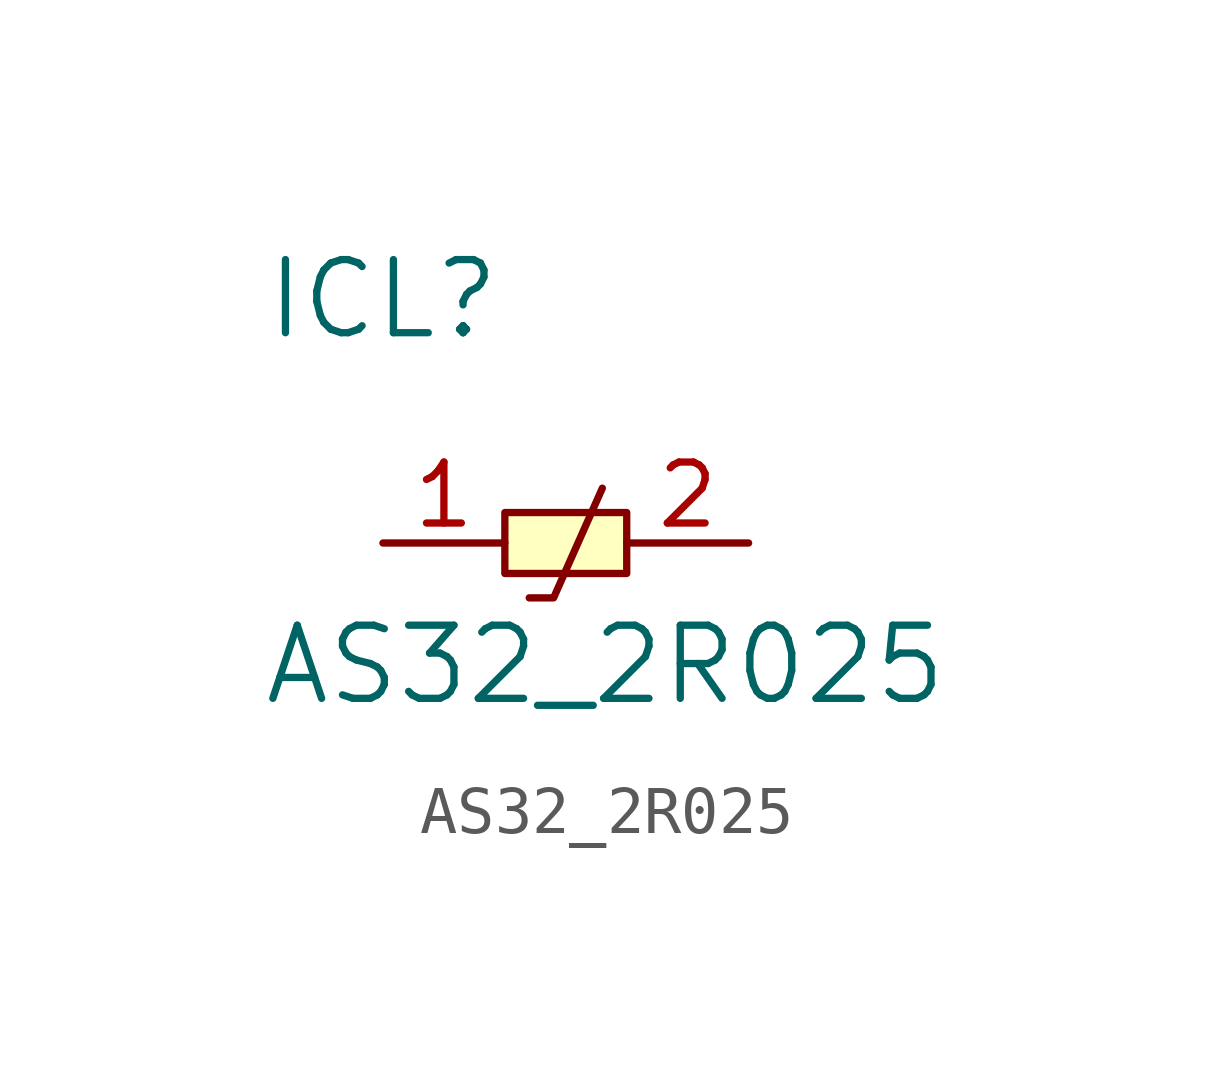
<source format=kicad_sym>
(kicad_symbol_lib
  (version 20201005)
  (generator kicad_symbol_editor)
  (symbol "AS32_2R025"
    (pin_names
      (offset 1.016))
    (property "Reference" "ICL"
      (at -2.54 5.08 0)
      (effects (font (size 1.524 1.524))))
    (property "Value" "AS32_2R025"
      (at -5.08 -2.54 0)
      (effects (font (size 1.524 1.524)) (justify left)))
    (symbol "AS32_2R025_0_1"
      (rectangle (start 2.54 -0.635) (end 0 0.635) (stroke (width 0)) (fill (type background)))
      (polyline (pts (xy 0.508 -1.143) (xy 1.016 -1.143) (xy 2.032 1.143)) (stroke (width 0)) (fill (type none))))
    (symbol "AS32_2R025_1_1"
      (pin power_in line (at -2.54 0 0) (length 2.54) (name "~" (effects (font (size 1.27 1.27)))) (number "1" (effects (font (size 1.27 1.27)))))
      (pin power_in line (at 5.08 0 180) (length 2.54) (name "~" (effects (font (size 1.27 1.27)))) (number "2" (effects (font (size 1.27 1.27))))))))
</source>
